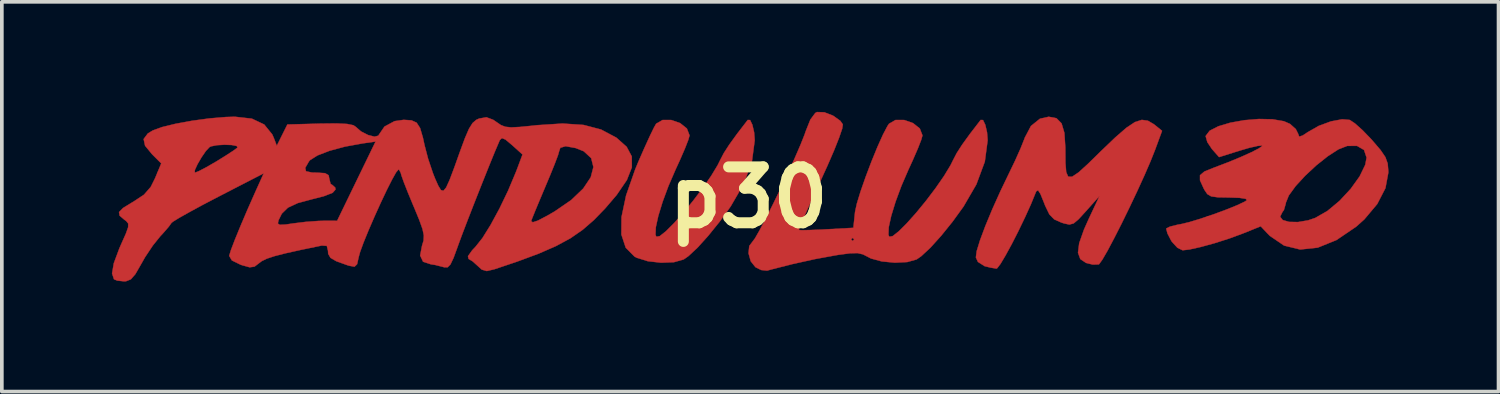
<source format=kicad_pcb>
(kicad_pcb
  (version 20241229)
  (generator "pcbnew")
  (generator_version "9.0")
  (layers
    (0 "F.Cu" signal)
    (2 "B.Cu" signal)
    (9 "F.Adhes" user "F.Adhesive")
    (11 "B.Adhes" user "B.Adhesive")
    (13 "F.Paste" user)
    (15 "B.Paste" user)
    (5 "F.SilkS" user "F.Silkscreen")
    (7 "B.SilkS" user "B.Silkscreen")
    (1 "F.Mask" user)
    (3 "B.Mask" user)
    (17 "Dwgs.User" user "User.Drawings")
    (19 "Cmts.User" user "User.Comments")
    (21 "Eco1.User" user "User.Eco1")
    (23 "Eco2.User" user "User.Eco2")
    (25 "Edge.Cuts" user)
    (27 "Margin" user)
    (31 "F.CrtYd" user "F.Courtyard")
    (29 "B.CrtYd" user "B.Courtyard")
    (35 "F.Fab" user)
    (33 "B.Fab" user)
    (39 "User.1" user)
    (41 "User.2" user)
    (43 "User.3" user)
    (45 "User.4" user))
  (footprint "p30"
    (layer "F.Cu")
    (at 17.358 2.334)
    (property "Reference" "p30" (at 0 0 0) (layer "F.SilkS") (effects (font (size 1.524 1.524) (thickness 0.3))))
    (attr through_hole)
    (fp_poly (pts (xy 0.041 -2.111) (xy 0.103 -1.983) (xy 0.151 -1.777) (xy 0.168 -1.561) (xy 0.091 -0.978) (xy -0.14 -0.356) (xy -0.489 0.245) (xy -0.788 0.658) (xy -1.098 1.042) (xy -1.391 1.367) (xy -1.642 1.6) (xy -1.77 1.689) (xy -2.035 1.764) (xy -2.384 1.778) (xy -2.746 1.737) (xy -3.049 1.643) (xy -3.109 1.611) (xy -3.349 1.369) (xy -3.468 1.009) (xy -3.464 0.534) (xy -3.339 -0.057) (xy -3.092 -0.763) (xy -3.005 -0.974) (xy -2.841 -1.347) (xy -2.695 -1.668) (xy -2.582 -1.901) (xy -2.52 -2.011) (xy -2.343 -2.113) (xy -2.106 -2.112) (xy -1.867 -2.028) (xy -1.682 -1.881) (xy -1.609 -1.692) (xy -1.643 -1.571) (xy -1.735 -1.335) (xy -1.871 -1.022) (xy -1.992 -0.758) (xy -2.184 -0.314) (xy -2.343 0.116) (xy -2.461 0.501) (xy -2.529 0.811) (xy -2.537 1.015) (xy -2.514 1.071) (xy -2.421 1.053) (xy -2.254 0.921) (xy -2.032 0.699) (xy -1.777 0.413) (xy -1.51 0.087) (xy -1.252 -0.254) (xy -1.023 -0.584) (xy -0.844 -0.879) (xy -0.776 -1.016) (xy -0.676 -1.209) (xy -0.528 -1.439) (xy -0.313 -1.736) (xy -0.022 -2.114) (xy 0.041 -2.111)) (stroke (width 0.01) (type solid)) (fill yes) (layer "F.Cu"))
    (fp_poly (pts (xy 8.395 -2.16) (xy 8.533 -2.02) (xy 8.61 -1.761) (xy 8.636 -1.361) (xy 8.636 -1.313) (xy 8.639 -0.941) (xy 8.659 -0.693) (xy 8.713 -0.568) (xy 8.819 -0.565) (xy 8.995 -0.683) (xy 9.257 -0.921) (xy 9.608 -1.265) (xy 10 -1.64) (xy 10.301 -1.901) (xy 10.534 -2.056) (xy 10.722 -2.116) (xy 10.886 -2.093) (xy 11.05 -1.997) (xy 11.088 -1.967) (xy 11.273 -1.817) (xy 11.087 -1.311) (xy 10.962 -0.996) (xy 10.794 -0.608) (xy 10.597 -0.176) (xy 10.384 0.273) (xy 10.169 0.713) (xy 9.965 1.114) (xy 9.787 1.45) (xy 9.646 1.693) (xy 9.558 1.816) (xy 9.545 1.824) (xy 9.384 1.829) (xy 9.201 1.784) (xy 9.044 1.679) (xy 8.981 1.505) (xy 9.014 1.245) (xy 9.143 0.878) (xy 9.271 0.59) (xy 9.568 -0.042) (xy 9.2 0.371) (xy 8.999 0.591) (xy 8.863 0.706) (xy 8.746 0.738) (xy 8.601 0.707) (xy 8.527 0.683) (xy 8.333 0.597) (xy 8.201 0.461) (xy 8.086 0.224) (xy 8.055 0.143) (xy 7.957 -0.098) (xy 7.893 -0.196) (xy 7.845 -0.172) (xy 7.825 -0.127) (xy 7.698 0.184) (xy 7.536 0.541) (xy 7.356 0.915) (xy 7.174 1.272) (xy 7.005 1.581) (xy 6.868 1.811) (xy 6.777 1.929) (xy 6.758 1.939) (xy 6.593 1.911) (xy 6.435 1.872) (xy 6.253 1.756) (xy 6.197 1.634) (xy 6.219 1.463) (xy 6.309 1.169) (xy 6.454 0.78) (xy 6.644 0.322) (xy 6.869 -0.178) (xy 7.102 -0.662) (xy 7.268 -1.007) (xy 7.415 -1.336) (xy 7.516 -1.589) (xy 7.53 -1.63) (xy 7.699 -1.95) (xy 7.945 -2.148) (xy 8.183 -2.201) (xy 8.395 -2.16)) (stroke (width 0.01) (type solid)) (fill yes) (layer "F.Cu"))
    (fp_poly (pts (xy 2.065 -2.323) (xy 2.303 -2.231) (xy 2.5 -2.091) (xy 2.57 -1.992) (xy 2.552 -1.875) (xy 2.469 -1.632) (xy 2.333 -1.289) (xy 2.153 -0.873) (xy 1.982 -0.498) (xy 1.779 -0.059) (xy 1.605 0.324) (xy 1.472 0.626) (xy 1.391 0.822) (xy 1.371 0.887) (xy 1.461 0.892) (xy 1.68 0.887) (xy 1.988 0.875) (xy 2.127 0.867) (xy 2.857 0.827) (xy 2.903 0.392) (xy 2.952 0.167) (xy 3.053 -0.164) (xy 3.191 -0.559) (xy 3.349 -0.976) (xy 3.512 -1.375) (xy 3.664 -1.714) (xy 3.788 -1.95) (xy 3.83 -2.011) (xy 4.007 -2.113) (xy 4.244 -2.112) (xy 4.483 -2.028) (xy 4.668 -1.881) (xy 4.741 -1.692) (xy 4.707 -1.571) (xy 4.615 -1.335) (xy 4.479 -1.022) (xy 4.358 -0.758) (xy 4.166 -0.314) (xy 4.007 0.116) (xy 3.889 0.501) (xy 3.821 0.811) (xy 3.813 1.015) (xy 3.836 1.071) (xy 3.929 1.053) (xy 4.096 0.921) (xy 4.318 0.699) (xy 4.573 0.413) (xy 4.84 0.087) (xy 5.098 -0.254) (xy 5.327 -0.584) (xy 5.506 -0.879) (xy 5.574 -1.016) (xy 5.674 -1.209) (xy 5.822 -1.439) (xy 6.037 -1.736) (xy 6.328 -2.114) (xy 6.391 -2.111) (xy 6.453 -1.983) (xy 6.501 -1.777) (xy 6.518 -1.561) (xy 6.441 -0.978) (xy 6.21 -0.356) (xy 5.861 0.245) (xy 5.562 0.658) (xy 5.252 1.042) (xy 4.959 1.367) (xy 4.708 1.6) (xy 4.58 1.689) (xy 4.326 1.76) (xy 3.987 1.777) (xy 3.633 1.743) (xy 3.337 1.663) (xy 3.264 1.625) (xy 3.118 1.55) (xy 2.968 1.516) (xy 2.763 1.522) (xy 2.452 1.563) (xy 2.375 1.576) (xy 1.812 1.679) (xy 1.193 1.816) (xy 0.619 1.962) (xy 0.505 1.994) (xy 0.343 1.977) (xy 0.188 1.9) (xy 0.059 1.738) (xy -0.001 1.521) (xy 0.019 1.321) (xy 0.094 1.222) (xy 0.153 1.143) (xy 2.794 1.143) (xy 2.836 1.185) (xy 2.879 1.143) (xy 2.836 1.101) (xy 2.794 1.143) (xy 0.153 1.143) (xy 0.169 1.123) (xy 0.298 0.898) (xy 0.467 0.578) (xy 0.662 0.191) (xy 0.869 -0.234) (xy 1.073 -0.666) (xy 1.26 -1.076) (xy 1.416 -1.436) (xy 1.527 -1.715) (xy 1.557 -1.804) (xy 1.685 -2.124) (xy 1.818 -2.303) (xy 1.865 -2.329) (xy 2.065 -2.323)) (stroke (width 0.01) (type solid)) (fill yes) (layer "F.Cu"))
    (fp_poly (pts (xy 14.285 -2.132) (xy 14.594 -2.079) (xy 14.761 -2.006) (xy 14.919 -1.865) (xy 14.986 -1.73) (xy 14.986 -1.728) (xy 15.011 -1.659) (xy 15.107 -1.69) (xy 15.246 -1.782) (xy 15.546 -1.953) (xy 15.878 -2.075) (xy 16.183 -2.132) (xy 16.39 -2.114) (xy 16.531 -2.02) (xy 16.738 -1.835) (xy 16.971 -1.594) (xy 17.004 -1.557) (xy 17.23 -1.293) (xy 17.362 -1.099) (xy 17.424 -0.925) (xy 17.441 -0.721) (xy 17.441 -0.675) (xy 17.363 -0.256) (xy 17.139 0.178) (xy 16.787 0.597) (xy 16.564 0.796) (xy 16.028 1.16) (xy 15.517 1.367) (xy 15.038 1.418) (xy 14.6 1.311) (xy 14.212 1.047) (xy 14.146 0.98) (xy 13.962 0.785) (xy 13.474 0.982) (xy 13.111 1.116) (xy 12.714 1.243) (xy 12.332 1.348) (xy 12.017 1.418) (xy 11.834 1.439) (xy 11.693 1.372) (xy 11.541 1.207) (xy 11.518 1.17) (xy 11.42 0.981) (xy 11.387 0.855) (xy 11.39 0.843) (xy 11.489 0.794) (xy 11.693 0.743) (xy 11.776 0.728) (xy 12.003 0.675) (xy 12.315 0.581) (xy 12.483 0.524) (xy 14.491 0.524) (xy 14.562 0.615) (xy 14.735 0.665) (xy 14.977 0.67) (xy 15.254 0.623) (xy 15.449 0.557) (xy 15.779 0.368) (xy 16.111 0.092) (xy 16.415 -0.235) (xy 16.659 -0.575) (xy 16.813 -0.893) (xy 16.849 -1.087) (xy 16.779 -1.296) (xy 16.588 -1.407) (xy 16.319 -1.406) (xy 16.082 -1.313) (xy 15.792 -1.126) (xy 15.479 -0.877) (xy 15.176 -0.595) (xy 14.915 -0.312) (xy 14.728 -0.055) (xy 14.648 0.143) (xy 14.647 0.16) (xy 14.595 0.341) (xy 14.553 0.399) (xy 14.491 0.524) (xy 12.483 0.524) (xy 12.668 0.462) (xy 13.017 0.333) (xy 13.317 0.212) (xy 13.525 0.114) (xy 13.585 0.074) (xy 13.552 0.036) (xy 13.379 0.009) (xy 13.1 0) (xy 12.796 -0.005) (xy 12.613 -0.03) (xy 12.506 -0.093) (xy 12.427 -0.21) (xy 12.406 -0.25) (xy 12.307 -0.469) (xy 12.307 -0.607) (xy 12.427 -0.708) (xy 12.679 -0.81) (xy 13.06 -0.955) (xy 13.412 -1.1) (xy 13.706 -1.232) (xy 13.912 -1.338) (xy 14.002 -1.403) (xy 13.997 -1.416) (xy 13.879 -1.406) (xy 13.651 -1.354) (xy 13.371 -1.272) (xy 12.827 -1.101) (xy 12.632 -1.322) (xy 12.507 -1.509) (xy 12.462 -1.668) (xy 12.464 -1.68) (xy 12.57 -1.82) (xy 12.807 -1.941) (xy 13.135 -2.039) (xy 13.516 -2.107) (xy 13.913 -2.14) (xy 14.285 -2.132)) (stroke (width 0.01) (type solid)) (fill yes) (layer "F.Cu"))
    (fp_poly (pts (xy -13.541 -2.149) (xy -13.205 -1.99) (xy -12.985 -1.718) (xy -12.944 -1.625) (xy -12.862 -1.41) (xy -12.718 -1.7) (xy -12.573 -1.99) (xy -11.685 -2.014) (xy -11.243 -2.019) (xy -10.947 -2.005) (xy -10.774 -1.97) (xy -10.712 -1.928) (xy -10.565 -1.801) (xy -10.374 -1.703) (xy -10.198 -1.658) (xy -10.094 -1.685) (xy -10.088 -1.697) (xy -9.926 -1.933) (xy -9.652 -2.081) (xy -9.403 -2.117) (xy -9.19 -2.103) (xy -9.05 -2.04) (xy -8.955 -1.893) (xy -8.878 -1.63) (xy -8.835 -1.431) (xy -8.738 -1.059) (xy -8.606 -0.666) (xy -8.546 -0.514) (xy -8.458 -0.317) (xy -8.387 -0.202) (xy -8.32 -0.183) (xy -8.245 -0.271) (xy -8.149 -0.482) (xy -8.019 -0.827) (xy -7.877 -1.226) (xy -7.734 -1.614) (xy -7.623 -1.872) (xy -7.525 -2.029) (xy -7.423 -2.117) (xy -7.345 -2.152) (xy -7.147 -2.187) (xy -6.962 -2.118) (xy -6.87 -2.055) (xy -6.751 -1.974) (xy -6.633 -1.928) (xy -6.474 -1.911) (xy -6.237 -1.923) (xy -5.882 -1.958) (xy -5.768 -1.971) (xy -5.072 -2.016) (xy -4.499 -1.978) (xy -4.022 -1.853) (xy -3.614 -1.637) (xy -3.599 -1.627) (xy -3.324 -1.382) (xy -3.184 -1.119) (xy -3.182 -0.821) (xy -3.318 -0.476) (xy -3.596 -0.069) (xy -3.906 0.294) (xy -4.216 0.614) (xy -4.524 0.881) (xy -4.859 1.113) (xy -5.25 1.324) (xy -5.724 1.531) (xy -6.31 1.748) (xy -6.929 1.956) (xy -7.137 2.005) (xy -7.274 1.966) (xy -7.369 1.879) (xy -7.525 1.739) (xy -7.633 1.675) (xy -7.65 1.6) (xy -7.534 1.438) (xy -7.444 1.343) (xy -7.255 1.105) (xy -7.031 0.745) (xy -6.976 0.643) (xy -5.927 0.643) (xy -5.883 0.676) (xy -5.743 0.63) (xy -5.488 0.496) (xy -5.287 0.38) (xy -4.837 0.071) (xy -4.508 -0.244) (xy -4.303 -0.55) (xy -4.23 -0.831) (xy -4.291 -1.073) (xy -4.493 -1.26) (xy -4.713 -1.348) (xy -4.988 -1.398) (xy -5.133 -1.355) (xy -5.165 -1.26) (xy -5.196 -1.152) (xy -5.282 -0.923) (xy -5.409 -0.609) (xy -5.546 -0.283) (xy -5.696 0.073) (xy -5.819 0.368) (xy -5.9 0.569) (xy -5.927 0.643) (xy -6.976 0.643) (xy -6.791 0.302) (xy -6.556 -0.186) (xy -6.348 -0.681) (xy -6.311 -0.776) (xy -6.163 -1.172) (xy -6.447 -1.428) (xy -6.625 -1.578) (xy -6.724 -1.619) (xy -6.782 -1.565) (xy -6.793 -1.54) (xy -6.923 -1.234) (xy -7.091 -0.821) (xy -7.282 -0.344) (xy -7.478 0.152) (xy -7.662 0.624) (xy -7.817 1.029) (xy -7.925 1.323) (xy -7.929 1.336) (xy -8.043 1.647) (xy -8.128 1.826) (xy -8.204 1.902) (xy -8.293 1.904) (xy -8.327 1.894) (xy -8.545 1.839) (xy -8.658 1.822) (xy -8.874 1.751) (xy -8.954 1.582) (xy -8.903 1.317) (xy -8.86 1.173) (xy -8.853 1.034) (xy -8.889 0.86) (xy -8.977 0.614) (xy -9.125 0.255) (xy -9.14 0.221) (xy -9.283 -0.124) (xy -9.397 -0.413) (xy -9.467 -0.61) (xy -9.483 -0.673) (xy -9.529 -0.758) (xy -9.546 -0.76) (xy -9.609 -0.686) (xy -9.72 -0.488) (xy -9.866 -0.199) (xy -10.031 0.15) (xy -10.201 0.526) (xy -10.361 0.895) (xy -10.496 1.226) (xy -10.591 1.485) (xy -10.628 1.62) (xy -10.673 1.819) (xy -10.743 1.887) (xy -10.892 1.86) (xy -10.951 1.841) (xy -11.24 1.737) (xy -11.399 1.644) (xy -11.461 1.534) (xy -11.466 1.451) (xy -11.498 1.319) (xy -11.635 1.31) (xy -12.201 1.427) (xy -12.624 1.521) (xy -12.927 1.599) (xy -13.135 1.668) (xy -13.272 1.735) (xy -13.341 1.787) (xy -13.47 1.885) (xy -13.601 1.903) (xy -13.805 1.847) (xy -13.849 1.832) (xy -14.086 1.716) (xy -14.159 1.592) (xy -14.158 1.583) (xy -14.111 1.431) (xy -14.006 1.155) (xy -13.856 0.789) (xy -13.822 0.71) (xy -12.833 0.71) (xy -12.78 0.745) (xy -12.622 0.737) (xy -12.425 0.708) (xy -12.077 0.665) (xy -11.721 0.639) (xy -11.599 0.636) (xy -11.217 0.635) (xy -10.693 -0.445) (xy -10.169 -1.525) (xy -10.524 -1.474) (xy -11.002 -1.387) (xy -11.422 -1.274) (xy -11.752 -1.147) (xy -11.956 -1.018) (xy -11.984 -0.985) (xy -12.087 -0.808) (xy -12.066 -0.715) (xy -11.904 -0.68) (xy -11.769 -0.677) (xy -11.547 -0.663) (xy -11.449 -0.606) (xy -11.43 -0.508) (xy -11.395 -0.37) (xy -11.345 -0.339) (xy -11.269 -0.271) (xy -11.261 -0.217) (xy -11.34 -0.128) (xy -11.582 -0.034) (xy -11.889 0.044) (xy -12.29 0.152) (xy -12.558 0.277) (xy -12.725 0.44) (xy -12.815 0.622) (xy -12.833 0.71) (xy -13.822 0.71) (xy -13.675 0.363) (xy -13.474 -0.091) (xy -13.434 -0.181) (xy -13.218 -0.659) (xy -14.462 -0.018) (xy -14.879 0.2) (xy -15.24 0.396) (xy -15.52 0.553) (xy -15.692 0.659) (xy -15.735 0.695) (xy -15.806 0.795) (xy -15.954 0.966) (xy -16.043 1.062) (xy -16.242 1.31) (xy -16.452 1.625) (xy -16.564 1.822) (xy -16.717 2.089) (xy -16.841 2.231) (xy -16.972 2.283) (xy -17.025 2.286) (xy -17.211 2.266) (xy -17.3 2.23) (xy -17.353 2.07) (xy -17.305 1.792) (xy -17.155 1.389) (xy -17.103 1.27) (xy -16.975 0.983) (xy -16.914 0.81) (xy -16.913 0.709) (xy -16.968 0.641) (xy -17.02 0.604) (xy -17.147 0.495) (xy -17.163 0.399) (xy -17.054 0.287) (xy -16.807 0.135) (xy -16.767 0.112) (xy -16.483 -0.076) (xy -16.299 -0.287) (xy -16.18 -0.526) (xy -16.117 -0.678) (xy -15.099 -0.678) (xy -15.094 -0.677) (xy -14.988 -0.718) (xy -14.782 -0.825) (xy -14.521 -0.976) (xy -14.515 -0.979) (xy -14.251 -1.143) (xy -14.041 -1.28) (xy -13.932 -1.36) (xy -13.954 -1.404) (xy -14.091 -1.431) (xy -14.289 -1.438) (xy -14.495 -1.426) (xy -14.655 -1.394) (xy -14.694 -1.375) (xy -14.795 -1.268) (xy -14.914 -1.095) (xy -15.024 -0.906) (xy -15.095 -0.751) (xy -15.099 -0.678) (xy -16.117 -0.678) (xy -16.012 -0.929) (xy -16.261 -1.178) (xy -16.453 -1.411) (xy -16.492 -1.593) (xy -16.378 -1.745) (xy -16.244 -1.827) (xy -15.991 -1.919) (xy -15.618 -2.01) (xy -15.17 -2.092) (xy -14.698 -2.156) (xy -14.248 -2.194) (xy -14.003 -2.201) (xy -13.541 -2.149)) (stroke (width 0.01) (type solid)) (fill yes) (layer "F.Cu"))
    (fp_poly (pts (xy 0.041 -2.111) (xy 0.103 -1.983) (xy 0.151 -1.777) (xy 0.168 -1.561) (xy 0.091 -0.978) (xy -0.14 -0.356) (xy -0.489 0.245) (xy -0.788 0.658) (xy -1.098 1.042) (xy -1.391 1.367) (xy -1.642 1.6) (xy -1.77 1.689) (xy -2.035 1.764) (xy -2.384 1.778) (xy -2.746 1.737) (xy -3.049 1.643) (xy -3.109 1.611) (xy -3.349 1.369) (xy -3.468 1.009) (xy -3.464 0.534) (xy -3.339 -0.057) (xy -3.092 -0.763) (xy -3.005 -0.974) (xy -2.841 -1.347) (xy -2.695 -1.668) (xy -2.582 -1.901) (xy -2.52 -2.011) (xy -2.343 -2.113) (xy -2.106 -2.112) (xy -1.867 -2.028) (xy -1.682 -1.881) (xy -1.609 -1.692) (xy -1.643 -1.571) (xy -1.735 -1.335) (xy -1.871 -1.022) (xy -1.992 -0.758) (xy -2.184 -0.314) (xy -2.343 0.116) (xy -2.461 0.501) (xy -2.529 0.811) (xy -2.537 1.015) (xy -2.514 1.071) (xy -2.421 1.053) (xy -2.254 0.921) (xy -2.032 0.699) (xy -1.777 0.413) (xy -1.51 0.087) (xy -1.252 -0.254) (xy -1.023 -0.584) (xy -0.844 -0.879) (xy -0.776 -1.016) (xy -0.676 -1.209) (xy -0.528 -1.439) (xy -0.313 -1.736) (xy -0.022 -2.114) (xy 0.041 -2.111)) (stroke (width 0.01) (type solid)) (fill yes) (layer "F.Mask"))
    (fp_poly (pts (xy 8.395 -2.16) (xy 8.533 -2.02) (xy 8.61 -1.761) (xy 8.636 -1.361) (xy 8.636 -1.313) (xy 8.639 -0.941) (xy 8.659 -0.693) (xy 8.713 -0.568) (xy 8.819 -0.565) (xy 8.995 -0.683) (xy 9.257 -0.921) (xy 9.608 -1.265) (xy 10 -1.64) (xy 10.301 -1.901) (xy 10.534 -2.056) (xy 10.722 -2.116) (xy 10.886 -2.093) (xy 11.05 -1.997) (xy 11.088 -1.967) (xy 11.273 -1.817) (xy 11.087 -1.311) (xy 10.962 -0.996) (xy 10.794 -0.608) (xy 10.597 -0.176) (xy 10.384 0.273) (xy 10.169 0.713) (xy 9.965 1.114) (xy 9.787 1.45) (xy 9.646 1.693) (xy 9.558 1.816) (xy 9.545 1.824) (xy 9.384 1.829) (xy 9.201 1.784) (xy 9.044 1.679) (xy 8.981 1.505) (xy 9.014 1.245) (xy 9.143 0.878) (xy 9.271 0.59) (xy 9.568 -0.042) (xy 9.2 0.371) (xy 8.999 0.591) (xy 8.863 0.706) (xy 8.746 0.738) (xy 8.601 0.707) (xy 8.527 0.683) (xy 8.333 0.597) (xy 8.201 0.461) (xy 8.086 0.224) (xy 8.055 0.143) (xy 7.957 -0.098) (xy 7.893 -0.196) (xy 7.845 -0.172) (xy 7.825 -0.127) (xy 7.698 0.184) (xy 7.536 0.541) (xy 7.356 0.915) (xy 7.174 1.272) (xy 7.005 1.581) (xy 6.868 1.811) (xy 6.777 1.929) (xy 6.758 1.939) (xy 6.593 1.911) (xy 6.435 1.872) (xy 6.253 1.756) (xy 6.197 1.634) (xy 6.219 1.463) (xy 6.309 1.169) (xy 6.454 0.78) (xy 6.644 0.322) (xy 6.869 -0.178) (xy 7.102 -0.662) (xy 7.268 -1.007) (xy 7.415 -1.336) (xy 7.516 -1.589) (xy 7.53 -1.63) (xy 7.699 -1.95) (xy 7.945 -2.148) (xy 8.183 -2.201) (xy 8.395 -2.16)) (stroke (width 0.01) (type solid)) (fill yes) (layer "F.Mask"))
    (fp_poly (pts (xy 2.065 -2.323) (xy 2.303 -2.231) (xy 2.5 -2.091) (xy 2.57 -1.992) (xy 2.552 -1.875) (xy 2.469 -1.632) (xy 2.333 -1.289) (xy 2.153 -0.873) (xy 1.982 -0.498) (xy 1.779 -0.059) (xy 1.605 0.324) (xy 1.472 0.626) (xy 1.391 0.822) (xy 1.371 0.887) (xy 1.461 0.892) (xy 1.68 0.887) (xy 1.988 0.875) (xy 2.127 0.867) (xy 2.857 0.827) (xy 2.903 0.392) (xy 2.952 0.167) (xy 3.053 -0.164) (xy 3.191 -0.559) (xy 3.349 -0.976) (xy 3.512 -1.375) (xy 3.664 -1.714) (xy 3.788 -1.95) (xy 3.83 -2.011) (xy 4.007 -2.113) (xy 4.244 -2.112) (xy 4.483 -2.028) (xy 4.668 -1.881) (xy 4.741 -1.692) (xy 4.707 -1.571) (xy 4.615 -1.335) (xy 4.479 -1.022) (xy 4.358 -0.758) (xy 4.166 -0.314) (xy 4.007 0.116) (xy 3.889 0.501) (xy 3.821 0.811) (xy 3.813 1.015) (xy 3.836 1.071) (xy 3.929 1.053) (xy 4.096 0.921) (xy 4.318 0.699) (xy 4.573 0.413) (xy 4.84 0.087) (xy 5.098 -0.254) (xy 5.327 -0.584) (xy 5.506 -0.879) (xy 5.574 -1.016) (xy 5.674 -1.209) (xy 5.822 -1.439) (xy 6.037 -1.736) (xy 6.328 -2.114) (xy 6.391 -2.111) (xy 6.453 -1.983) (xy 6.501 -1.777) (xy 6.518 -1.561) (xy 6.441 -0.978) (xy 6.21 -0.356) (xy 5.861 0.245) (xy 5.562 0.658) (xy 5.252 1.042) (xy 4.959 1.367) (xy 4.708 1.6) (xy 4.58 1.689) (xy 4.326 1.76) (xy 3.987 1.777) (xy 3.633 1.743) (xy 3.337 1.663) (xy 3.264 1.625) (xy 3.118 1.55) (xy 2.968 1.516) (xy 2.763 1.522) (xy 2.452 1.563) (xy 2.375 1.576) (xy 1.812 1.679) (xy 1.193 1.816) (xy 0.619 1.962) (xy 0.505 1.994) (xy 0.343 1.977) (xy 0.188 1.9) (xy 0.059 1.738) (xy -0.001 1.521) (xy 0.019 1.321) (xy 0.094 1.222) (xy 0.153 1.143) (xy 2.794 1.143) (xy 2.836 1.185) (xy 2.879 1.143) (xy 2.836 1.101) (xy 2.794 1.143) (xy 0.153 1.143) (xy 0.169 1.123) (xy 0.298 0.898) (xy 0.467 0.578) (xy 0.662 0.191) (xy 0.869 -0.234) (xy 1.073 -0.666) (xy 1.26 -1.076) (xy 1.416 -1.436) (xy 1.527 -1.715) (xy 1.557 -1.804) (xy 1.685 -2.124) (xy 1.818 -2.303) (xy 1.865 -2.329) (xy 2.065 -2.323)) (stroke (width 0.01) (type solid)) (fill yes) (layer "F.Mask"))
    (fp_poly (pts (xy 14.285 -2.132) (xy 14.594 -2.079) (xy 14.761 -2.006) (xy 14.919 -1.865) (xy 14.986 -1.73) (xy 14.986 -1.728) (xy 15.011 -1.659) (xy 15.107 -1.69) (xy 15.246 -1.782) (xy 15.546 -1.953) (xy 15.878 -2.075) (xy 16.183 -2.132) (xy 16.39 -2.114) (xy 16.531 -2.02) (xy 16.738 -1.835) (xy 16.971 -1.594) (xy 17.004 -1.557) (xy 17.23 -1.293) (xy 17.362 -1.099) (xy 17.424 -0.925) (xy 17.441 -0.721) (xy 17.441 -0.675) (xy 17.363 -0.256) (xy 17.139 0.178) (xy 16.787 0.597) (xy 16.564 0.796) (xy 16.028 1.16) (xy 15.517 1.367) (xy 15.038 1.418) (xy 14.6 1.311) (xy 14.212 1.047) (xy 14.146 0.98) (xy 13.962 0.785) (xy 13.474 0.982) (xy 13.111 1.116) (xy 12.714 1.243) (xy 12.332 1.348) (xy 12.017 1.418) (xy 11.834 1.439) (xy 11.693 1.372) (xy 11.541 1.207) (xy 11.518 1.17) (xy 11.42 0.981) (xy 11.387 0.855) (xy 11.39 0.843) (xy 11.489 0.794) (xy 11.693 0.743) (xy 11.776 0.728) (xy 12.003 0.675) (xy 12.315 0.581) (xy 12.483 0.524) (xy 14.491 0.524) (xy 14.562 0.615) (xy 14.735 0.665) (xy 14.977 0.67) (xy 15.254 0.623) (xy 15.449 0.557) (xy 15.779 0.368) (xy 16.111 0.092) (xy 16.415 -0.235) (xy 16.659 -0.575) (xy 16.813 -0.893) (xy 16.849 -1.087) (xy 16.779 -1.296) (xy 16.588 -1.407) (xy 16.319 -1.406) (xy 16.082 -1.313) (xy 15.792 -1.126) (xy 15.479 -0.877) (xy 15.176 -0.595) (xy 14.915 -0.312) (xy 14.728 -0.055) (xy 14.648 0.143) (xy 14.647 0.16) (xy 14.595 0.341) (xy 14.553 0.399) (xy 14.491 0.524) (xy 12.483 0.524) (xy 12.668 0.462) (xy 13.017 0.333) (xy 13.317 0.212) (xy 13.525 0.114) (xy 13.585 0.074) (xy 13.552 0.036) (xy 13.379 0.009) (xy 13.1 0) (xy 12.796 -0.005) (xy 12.613 -0.03) (xy 12.506 -0.093) (xy 12.427 -0.21) (xy 12.406 -0.25) (xy 12.307 -0.469) (xy 12.307 -0.607) (xy 12.427 -0.708) (xy 12.679 -0.81) (xy 13.06 -0.955) (xy 13.412 -1.1) (xy 13.706 -1.232) (xy 13.912 -1.338) (xy 14.002 -1.403) (xy 13.997 -1.416) (xy 13.879 -1.406) (xy 13.651 -1.354) (xy 13.371 -1.272) (xy 12.827 -1.101) (xy 12.632 -1.322) (xy 12.507 -1.509) (xy 12.462 -1.668) (xy 12.464 -1.68) (xy 12.57 -1.82) (xy 12.807 -1.941) (xy 13.135 -2.039) (xy 13.516 -2.107) (xy 13.913 -2.14) (xy 14.285 -2.132)) (stroke (width 0.01) (type solid)) (fill yes) (layer "F.Mask"))
    (fp_poly (pts (xy -13.541 -2.149) (xy -13.205 -1.99) (xy -12.985 -1.718) (xy -12.944 -1.625) (xy -12.862 -1.41) (xy -12.718 -1.7) (xy -12.573 -1.99) (xy -11.685 -2.014) (xy -11.243 -2.019) (xy -10.947 -2.005) (xy -10.774 -1.97) (xy -10.712 -1.928) (xy -10.565 -1.801) (xy -10.374 -1.703) (xy -10.198 -1.658) (xy -10.094 -1.685) (xy -10.088 -1.697) (xy -9.926 -1.933) (xy -9.652 -2.081) (xy -9.403 -2.117) (xy -9.19 -2.103) (xy -9.05 -2.04) (xy -8.955 -1.893) (xy -8.878 -1.63) (xy -8.835 -1.431) (xy -8.738 -1.059) (xy -8.606 -0.666) (xy -8.546 -0.514) (xy -8.458 -0.317) (xy -8.387 -0.202) (xy -8.32 -0.183) (xy -8.245 -0.271) (xy -8.149 -0.482) (xy -8.019 -0.827) (xy -7.877 -1.226) (xy -7.734 -1.614) (xy -7.623 -1.872) (xy -7.525 -2.029) (xy -7.423 -2.117) (xy -7.345 -2.152) (xy -7.147 -2.187) (xy -6.962 -2.118) (xy -6.87 -2.055) (xy -6.751 -1.974) (xy -6.633 -1.928) (xy -6.474 -1.911) (xy -6.237 -1.923) (xy -5.882 -1.958) (xy -5.768 -1.971) (xy -5.072 -2.016) (xy -4.499 -1.978) (xy -4.022 -1.853) (xy -3.614 -1.637) (xy -3.599 -1.627) (xy -3.324 -1.382) (xy -3.184 -1.119) (xy -3.182 -0.821) (xy -3.318 -0.476) (xy -3.596 -0.069) (xy -3.906 0.294) (xy -4.216 0.614) (xy -4.524 0.881) (xy -4.859 1.113) (xy -5.25 1.324) (xy -5.724 1.531) (xy -6.31 1.748) (xy -6.929 1.956) (xy -7.137 2.005) (xy -7.274 1.966) (xy -7.369 1.879) (xy -7.525 1.739) (xy -7.633 1.675) (xy -7.65 1.6) (xy -7.534 1.438) (xy -7.444 1.343) (xy -7.255 1.105) (xy -7.031 0.745) (xy -6.976 0.643) (xy -5.927 0.643) (xy -5.883 0.676) (xy -5.743 0.63) (xy -5.488 0.496) (xy -5.287 0.38) (xy -4.837 0.071) (xy -4.508 -0.244) (xy -4.303 -0.55) (xy -4.23 -0.831) (xy -4.291 -1.073) (xy -4.493 -1.26) (xy -4.713 -1.348) (xy -4.988 -1.398) (xy -5.133 -1.355) (xy -5.165 -1.26) (xy -5.196 -1.152) (xy -5.282 -0.923) (xy -5.409 -0.609) (xy -5.546 -0.283) (xy -5.696 0.073) (xy -5.819 0.368) (xy -5.9 0.569) (xy -5.927 0.643) (xy -6.976 0.643) (xy -6.791 0.302) (xy -6.556 -0.186) (xy -6.348 -0.681) (xy -6.311 -0.776) (xy -6.163 -1.172) (xy -6.447 -1.428) (xy -6.625 -1.578) (xy -6.724 -1.619) (xy -6.782 -1.565) (xy -6.793 -1.54) (xy -6.923 -1.234) (xy -7.091 -0.821) (xy -7.282 -0.344) (xy -7.478 0.152) (xy -7.662 0.624) (xy -7.817 1.029) (xy -7.925 1.323) (xy -7.929 1.336) (xy -8.043 1.647) (xy -8.128 1.826) (xy -8.204 1.902) (xy -8.293 1.904) (xy -8.327 1.894) (xy -8.545 1.839) (xy -8.658 1.822) (xy -8.874 1.751) (xy -8.954 1.582) (xy -8.903 1.317) (xy -8.86 1.173) (xy -8.853 1.034) (xy -8.889 0.86) (xy -8.977 0.614) (xy -9.125 0.255) (xy -9.14 0.221) (xy -9.283 -0.124) (xy -9.397 -0.413) (xy -9.467 -0.61) (xy -9.483 -0.673) (xy -9.529 -0.758) (xy -9.546 -0.76) (xy -9.609 -0.686) (xy -9.72 -0.488) (xy -9.866 -0.199) (xy -10.031 0.15) (xy -10.201 0.526) (xy -10.361 0.895) (xy -10.496 1.226) (xy -10.591 1.485) (xy -10.628 1.62) (xy -10.673 1.819) (xy -10.743 1.887) (xy -10.892 1.86) (xy -10.951 1.841) (xy -11.24 1.737) (xy -11.399 1.644) (xy -11.461 1.534) (xy -11.466 1.451) (xy -11.498 1.319) (xy -11.635 1.31) (xy -12.201 1.427) (xy -12.624 1.521) (xy -12.927 1.599) (xy -13.135 1.668) (xy -13.272 1.735) (xy -13.341 1.787) (xy -13.47 1.885) (xy -13.601 1.903) (xy -13.805 1.847) (xy -13.849 1.832) (xy -14.086 1.716) (xy -14.159 1.592) (xy -14.158 1.583) (xy -14.111 1.431) (xy -14.006 1.155) (xy -13.856 0.789) (xy -13.822 0.71) (xy -12.833 0.71) (xy -12.78 0.745) (xy -12.622 0.737) (xy -12.425 0.708) (xy -12.077 0.665) (xy -11.721 0.639) (xy -11.599 0.636) (xy -11.217 0.635) (xy -10.693 -0.445) (xy -10.169 -1.525) (xy -10.524 -1.474) (xy -11.002 -1.387) (xy -11.422 -1.274) (xy -11.752 -1.147) (xy -11.956 -1.018) (xy -11.984 -0.985) (xy -12.087 -0.808) (xy -12.066 -0.715) (xy -11.904 -0.68) (xy -11.769 -0.677) (xy -11.547 -0.663) (xy -11.449 -0.606) (xy -11.43 -0.508) (xy -11.395 -0.37) (xy -11.345 -0.339) (xy -11.269 -0.271) (xy -11.261 -0.217) (xy -11.34 -0.128) (xy -11.582 -0.034) (xy -11.889 0.044) (xy -12.29 0.152) (xy -12.558 0.277) (xy -12.725 0.44) (xy -12.815 0.622) (xy -12.833 0.71) (xy -13.822 0.71) (xy -13.675 0.363) (xy -13.474 -0.091) (xy -13.434 -0.181) (xy -13.218 -0.659) (xy -14.462 -0.018) (xy -14.879 0.2) (xy -15.24 0.396) (xy -15.52 0.553) (xy -15.692 0.659) (xy -15.735 0.695) (xy -15.806 0.795) (xy -15.954 0.966) (xy -16.043 1.062) (xy -16.242 1.31) (xy -16.452 1.625) (xy -16.564 1.822) (xy -16.717 2.089) (xy -16.841 2.231) (xy -16.972 2.283) (xy -17.025 2.286) (xy -17.211 2.266) (xy -17.3 2.23) (xy -17.353 2.07) (xy -17.305 1.792) (xy -17.155 1.389) (xy -17.103 1.27) (xy -16.975 0.983) (xy -16.914 0.81) (xy -16.913 0.709) (xy -16.968 0.641) (xy -17.02 0.604) (xy -17.147 0.495) (xy -17.163 0.399) (xy -17.054 0.287) (xy -16.807 0.135) (xy -16.767 0.112) (xy -16.483 -0.076) (xy -16.299 -0.287) (xy -16.18 -0.526) (xy -16.117 -0.678) (xy -15.099 -0.678) (xy -15.094 -0.677) (xy -14.988 -0.718) (xy -14.782 -0.825) (xy -14.521 -0.976) (xy -14.515 -0.979) (xy -14.251 -1.143) (xy -14.041 -1.28) (xy -13.932 -1.36) (xy -13.954 -1.404) (xy -14.091 -1.431) (xy -14.289 -1.438) (xy -14.495 -1.426) (xy -14.655 -1.394) (xy -14.694 -1.375) (xy -14.795 -1.268) (xy -14.914 -1.095) (xy -15.024 -0.906) (xy -15.095 -0.751) (xy -15.099 -0.678) (xy -16.117 -0.678) (xy -16.012 -0.929) (xy -16.261 -1.178) (xy -16.453 -1.411) (xy -16.492 -1.593) (xy -16.378 -1.745) (xy -16.244 -1.827) (xy -15.991 -1.919) (xy -15.618 -2.01) (xy -15.17 -2.092) (xy -14.698 -2.156) (xy -14.248 -2.194) (xy -14.003 -2.201) (xy -13.541 -2.149)) (stroke (width 0.01) (type solid)) (fill yes) (layer "F.Mask")))
  (gr_rect
    (start -3 -3)
    (end 37.804 7.625)
    (stroke (width 0.1) (type default))
    (fill no)
    (layer "Edge.Cuts")))
</source>
